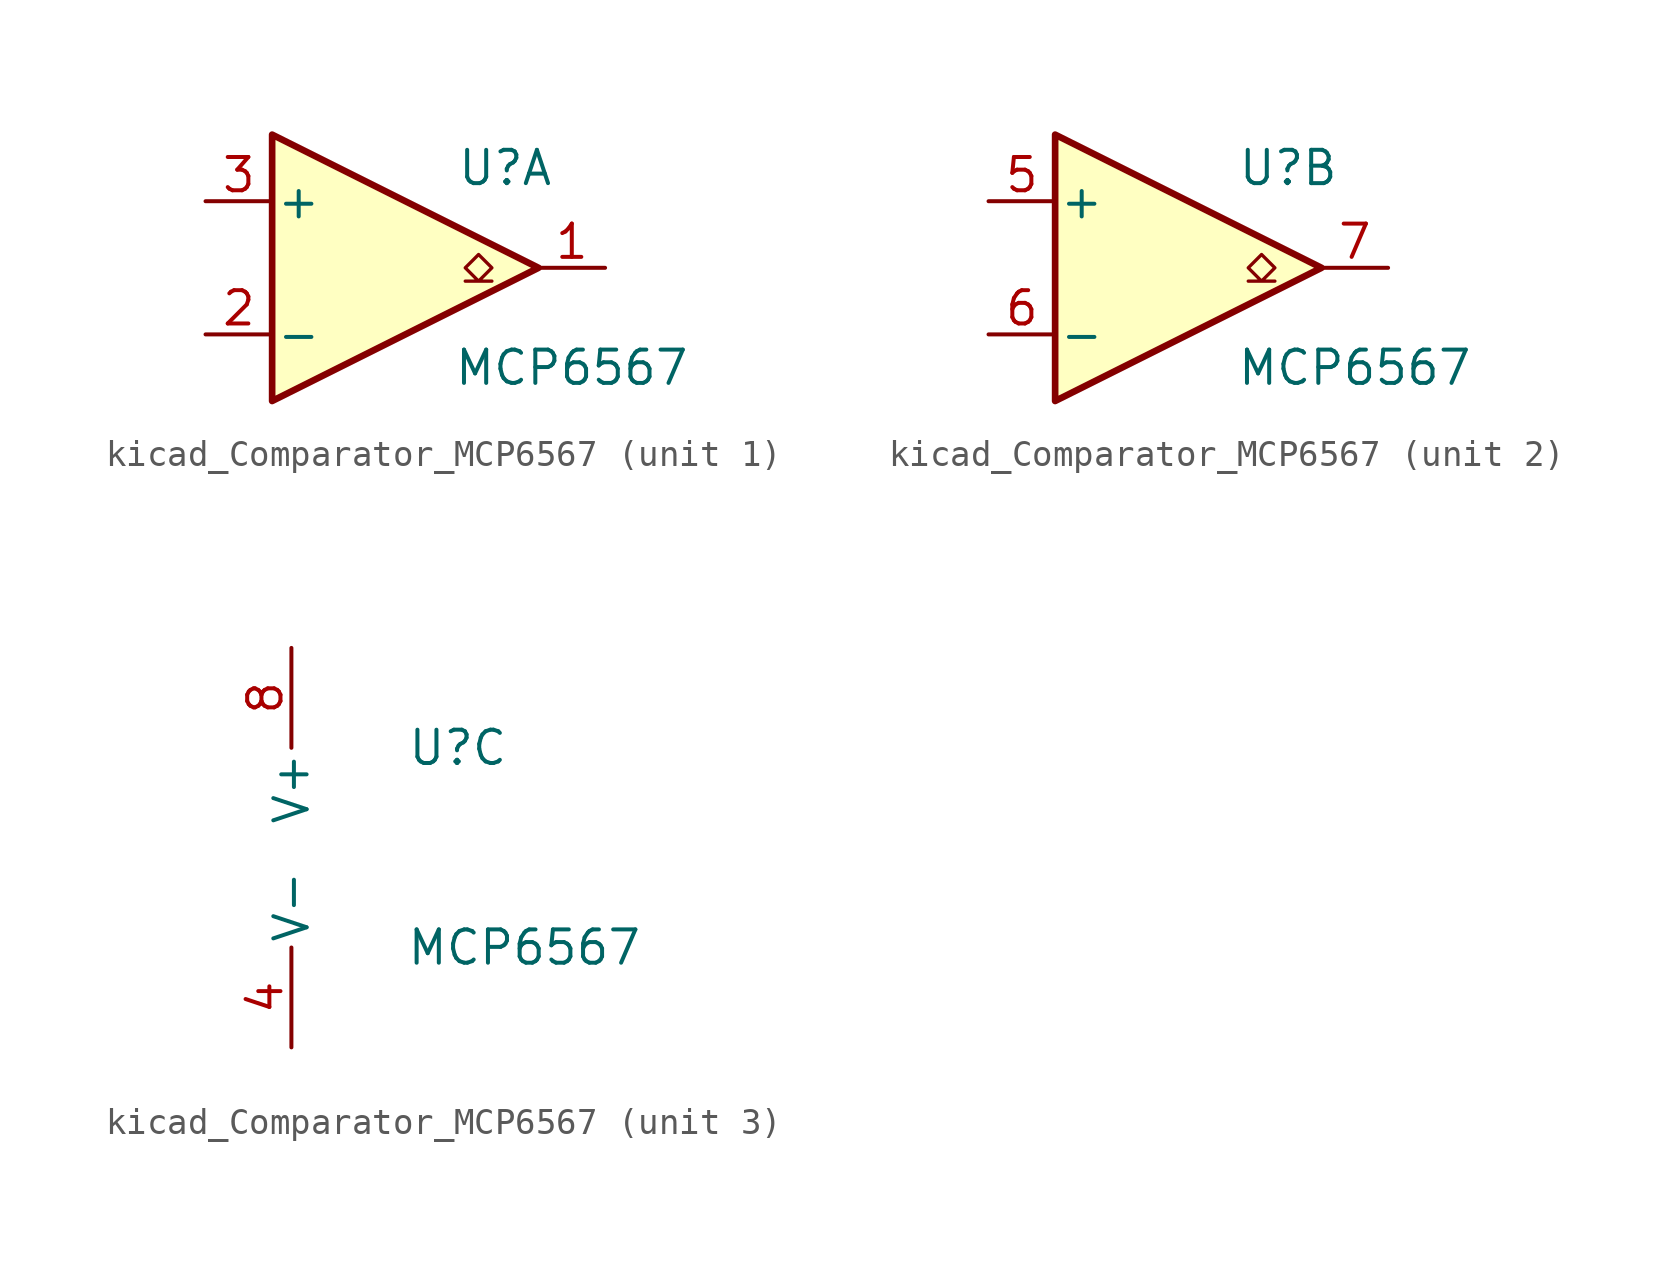
<source format=kicad_sym>
(kicad_symbol_lib
  (version 20220914)
  (generator kicad_symbol_editor)
  (symbol "kicad_Comparator_MCP6567"
    (pin_names
      (offset 0.127))
    (property "Reference" "U"
      (at 3.81 3.81 0)
      (effects (font (size 1.27 1.27))))
    (property "Value" "MCP6567"
      (at 6.35 -3.81 0)
      (effects (font (size 1.27 1.27))))
    (property "ki_locked" ""
      (at 0 0 0)
      (effects (font (size 1.27 1.27))))
    (symbol "kicad_Comparator_MCP6567_1_1"
      (polyline (pts (xy -5.08 5.08) (xy 5.08 0) (xy -5.08 -5.08) (xy -5.08 5.08)) (stroke (width 0.254) (type default)) (fill (type background)))
      (polyline (pts (xy 3.302 -0.508) (xy 2.794 -0.508) (xy 3.302 0) (xy 2.794 0.508) (xy 2.286 0) (xy 2.794 -0.508) (xy 2.286 -0.508)) (stroke (width 0.127) (type default)) (fill (type none)))
      (pin open_collector line (at 7.62 0 180) (length 2.54) (name "~" (effects (font (size 1.27 1.27)))) (number "1" (effects (font (size 1.27 1.27)))))
      (pin input line (at -7.62 -2.54 0) (length 2.54) (name "-" (effects (font (size 1.27 1.27)))) (number "2" (effects (font (size 1.27 1.27)))))
      (pin input line (at -7.62 2.54 0) (length 2.54) (name "+" (effects (font (size 1.27 1.27)))) (number "3" (effects (font (size 1.27 1.27))))))
    (symbol "kicad_Comparator_MCP6567_2_1"
      (polyline (pts (xy -5.08 5.08) (xy 5.08 0) (xy -5.08 -5.08) (xy -5.08 5.08)) (stroke (width 0.254) (type default)) (fill (type background)))
      (polyline (pts (xy 3.302 -0.508) (xy 2.794 -0.508) (xy 3.302 0) (xy 2.794 0.508) (xy 2.286 0) (xy 2.794 -0.508) (xy 2.286 -0.508)) (stroke (width 0.127) (type default)) (fill (type none)))
      (pin input line (at -7.62 2.54 0) (length 2.54) (name "+" (effects (font (size 1.27 1.27)))) (number "5" (effects (font (size 1.27 1.27)))))
      (pin input line (at -7.62 -2.54 0) (length 2.54) (name "-" (effects (font (size 1.27 1.27)))) (number "6" (effects (font (size 1.27 1.27)))))
      (pin open_collector line (at 7.62 0 180) (length 2.54) (name "~" (effects (font (size 1.27 1.27)))) (number "7" (effects (font (size 1.27 1.27))))))
    (symbol "kicad_Comparator_MCP6567_3_1"
      (pin power_in line (at -2.54 -7.62 90) (length 3.81) (name "V-" (effects (font (size 1.27 1.27)))) (number "4" (effects (font (size 1.27 1.27)))))
      (pin power_in line (at -2.54 7.62 270) (length 3.81) (name "V+" (effects (font (size 1.27 1.27)))) (number "8" (effects (font (size 1.27 1.27))))))))
</source>
